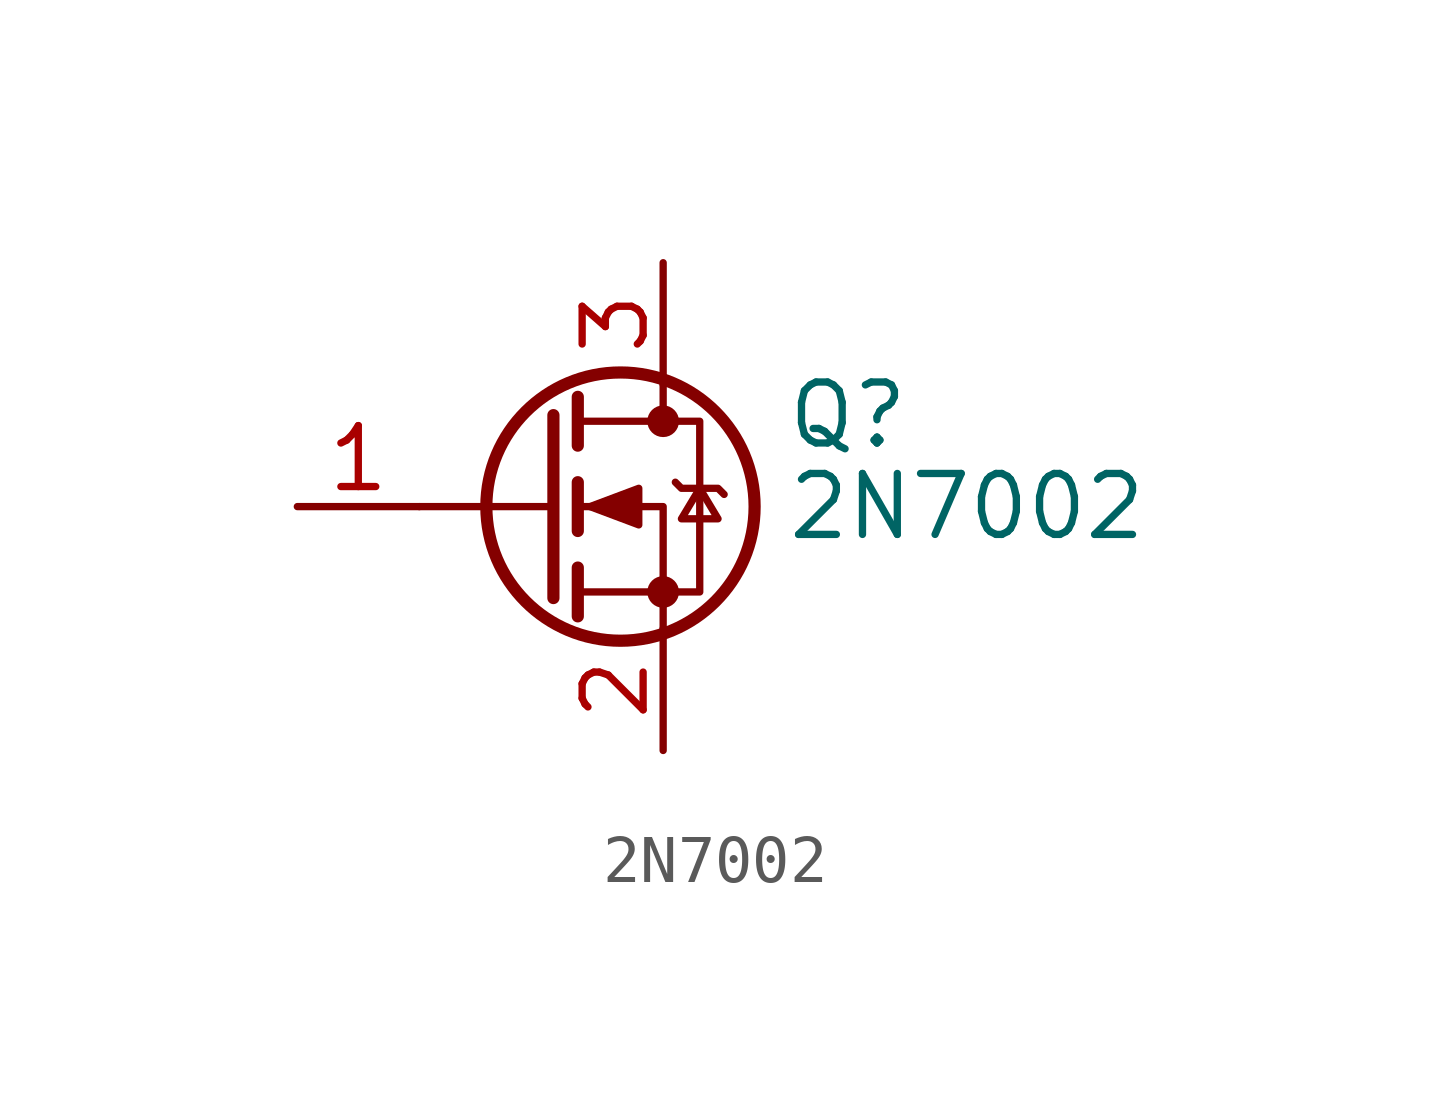
<source format=kicad_sym>
(kicad_symbol_lib
  (version 20220914)
  (generator kicad_symbol_editor)
  (symbol "2N7002"
    (pin_names hide)
    (property "Reference" "Q"
      (at 5.08 1.905 0)
      (effects (font (size 1.27 1.27)) (justify left)))
    (property "Value" "2N7002"
      (at 5.08 0 0)
      (effects (font (size 1.27 1.27)) (justify left)))
    (symbol "2N7002_0_1"
      (polyline (pts (xy 0.254 0) (xy -2.54 0)) (stroke (width 0) (type default)) (fill (type none)))
      (polyline (pts (xy 0.254 1.905) (xy 0.254 -1.905)) (stroke (width 0.254) (type default)) (fill (type none)))
      (polyline (pts (xy 0.762 -1.27) (xy 0.762 -2.286)) (stroke (width 0.254) (type default)) (fill (type none)))
      (polyline (pts (xy 0.762 0.508) (xy 0.762 -0.508)) (stroke (width 0.254) (type default)) (fill (type none)))
      (polyline (pts (xy 0.762 2.286) (xy 0.762 1.27)) (stroke (width 0.254) (type default)) (fill (type none)))
      (polyline (pts (xy 2.54 2.54) (xy 2.54 1.778)) (stroke (width 0) (type default)) (fill (type none)))
      (polyline (pts (xy 2.54 -2.54) (xy 2.54 0) (xy 0.762 0)) (stroke (width 0) (type default)) (fill (type none)))
      (polyline (pts (xy 0.762 -1.778) (xy 3.302 -1.778) (xy 3.302 1.778) (xy 0.762 1.778)) (stroke (width 0) (type default)) (fill (type none)))
      (polyline (pts (xy 1.016 0) (xy 2.032 0.381) (xy 2.032 -0.381) (xy 1.016 0)) (stroke (width 0) (type default)) (fill (type outline)))
      (polyline (pts (xy 2.794 0.508) (xy 2.921 0.381) (xy 3.683 0.381) (xy 3.81 0.254)) (stroke (width 0) (type default)) (fill (type none)))
      (polyline (pts (xy 3.302 0.381) (xy 2.921 -0.254) (xy 3.683 -0.254) (xy 3.302 0.381)) (stroke (width 0) (type default)) (fill (type none)))
      (circle (center 1.651 0) (radius 2.794) (stroke (width 0.254) (type default)) (fill (type none)))
      (circle (center 2.54 -1.778) (radius 0.254) (stroke (width 0) (type default)) (fill (type outline)))
      (circle (center 2.54 1.778) (radius 0.254) (stroke (width 0) (type default)) (fill (type outline))))
    (symbol "2N7002_1_1"
      (pin input line (at -5.08 0 0) (length 2.54) (name "G" (effects (font (size 1.27 1.27)))) (number "1" (effects (font (size 1.27 1.27)))))
      (pin passive line (at 2.54 -5.08 90) (length 2.54) (name "S" (effects (font (size 1.27 1.27)))) (number "2" (effects (font (size 1.27 1.27)))))
      (pin passive line (at 2.54 5.08 270) (length 2.54) (name "D" (effects (font (size 1.27 1.27)))) (number "3" (effects (font (size 1.27 1.27))))))))
</source>
